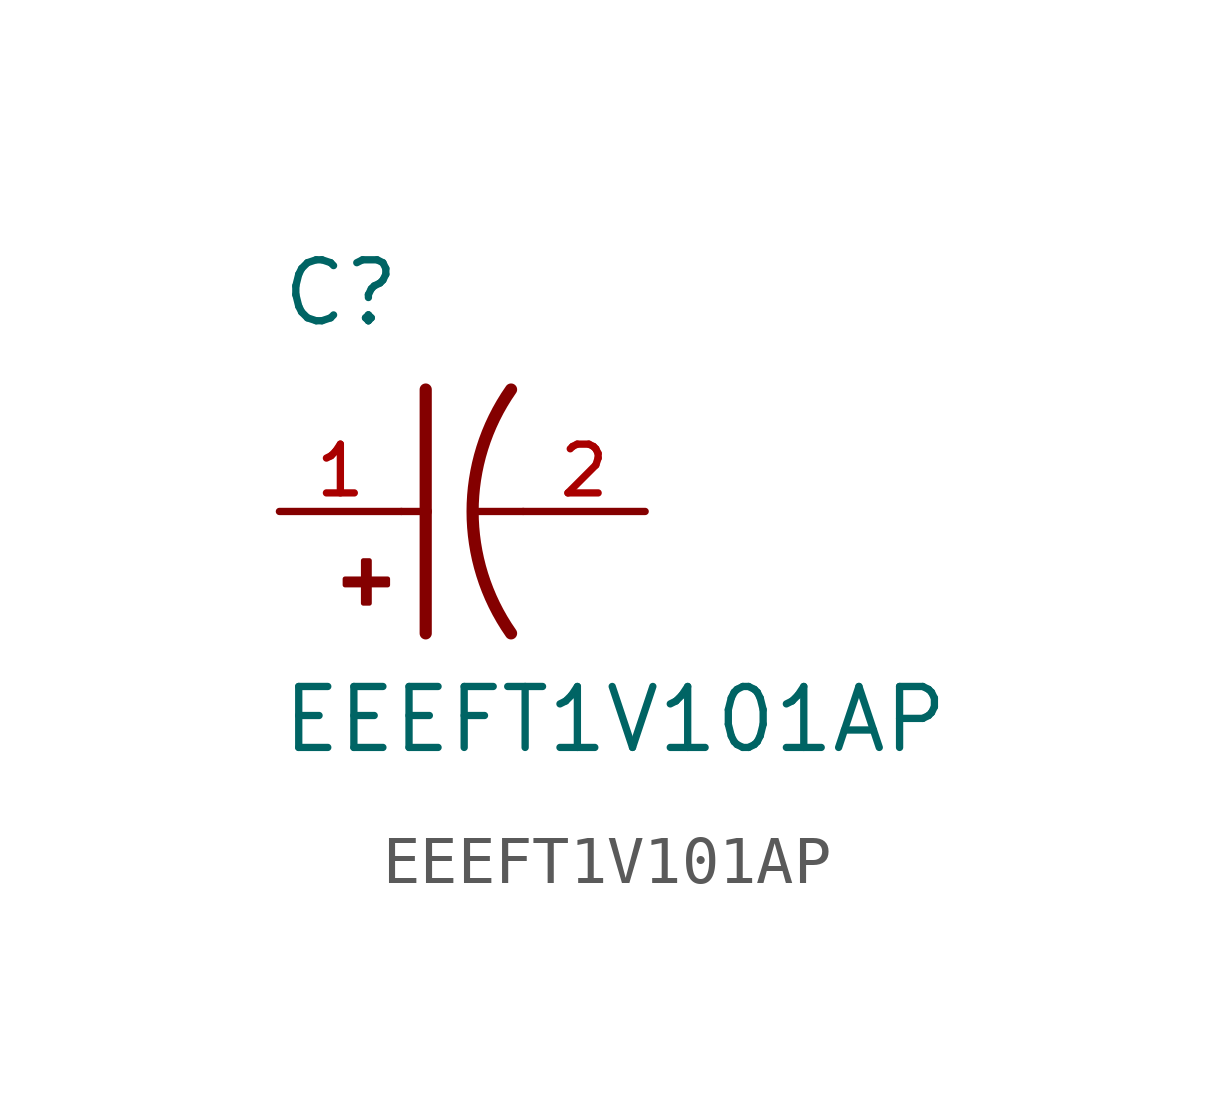
<source format=kicad_sym>
(kicad_symbol_lib
  (version 20211014)
  (generator kicad_symbol_editor)
  (symbol "EEEFT1V101AP"
    (pin_names
      (offset 1.016))
    (property "Reference" "C"
      (at -2.54 3.81 0)
      (effects (font (size 1.27 1.27)) (justify bottom left)))
    (property "Value" "EEEFT1V101AP"
      (at -2.54 -5.08 0)
      (effects (font (size 1.27 1.27)) (justify bottom left)))
    (symbol "EEEFT1V101AP_0_0"
      (arc (start 2.286 -2.54) (mid 1.4851 -0.0) (end 2.286 2.54) (stroke (width 0.254) (type default) (color 0 0 0 0)) (fill (type none)))
      (polyline (pts (xy 0.508 2.54) (xy 0.508 0.0)) (stroke (width 0.254)))
      (rectangle (start -1.173 -1.532) (end -0.284 -1.405) (stroke (width 0.1)) (fill (type outline)))
      (rectangle (start -0.792 -1.913) (end -0.665 -1.024) (stroke (width 0.1)) (fill (type outline)))
      (polyline (pts (xy 0.508 0.0) (xy 0.508 -2.54)) (stroke (width 0.254)))
      (polyline (pts (xy 0.0 0.0) (xy 0.508 0.0)) (stroke (width 0.152)))
      (polyline (pts (xy 2.54 0.0) (xy 1.524 0.0)) (stroke (width 0.152)))
      (pin passive line (at -2.54 0.0 0) (length 2.54) (name "~" (effects (font (size 1.016 1.016)))) (number "1" (effects (font (size 1.016 1.016)))))
      (pin passive line (at 5.08 0.0 180.0) (length 2.54) (name "~" (effects (font (size 1.016 1.016)))) (number "2" (effects (font (size 1.016 1.016))))))))
</source>
